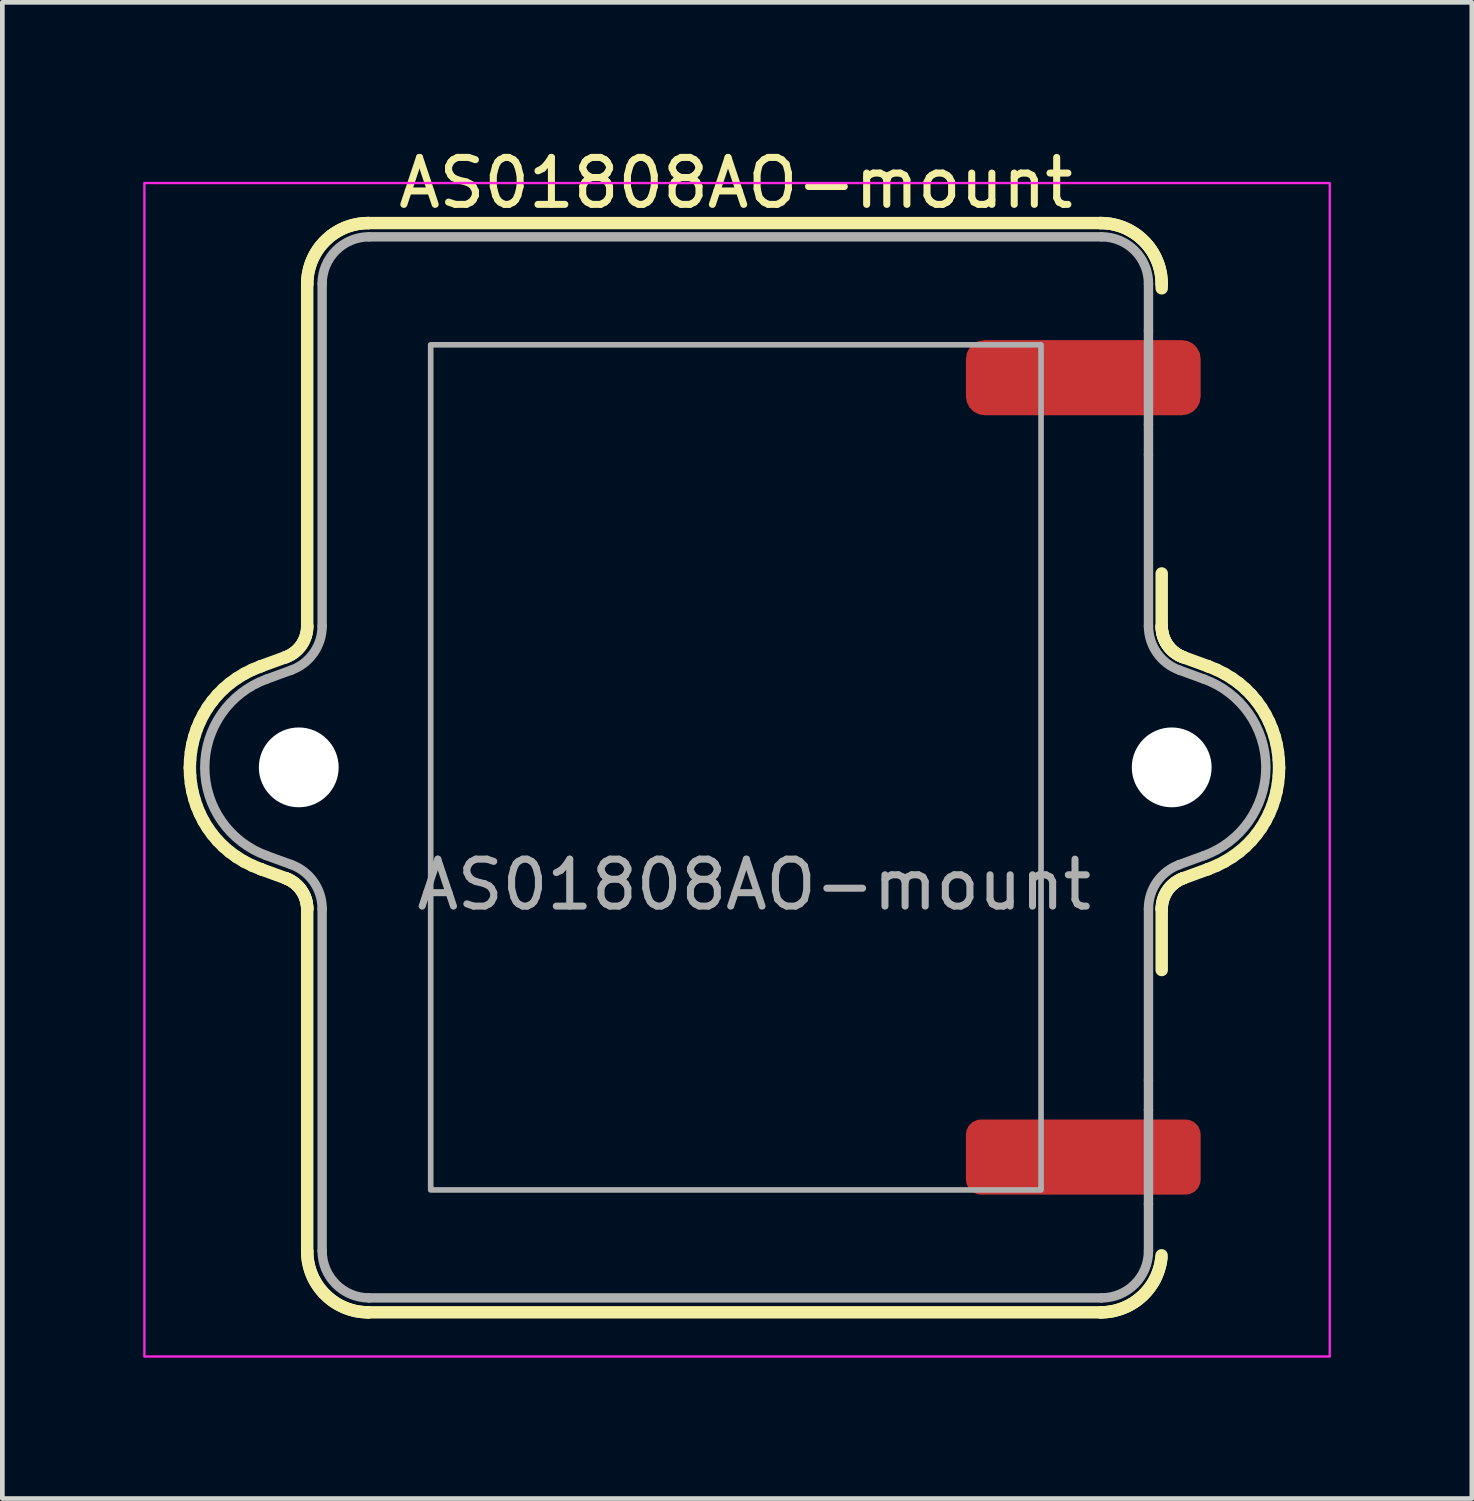
<source format=kicad_pcb>
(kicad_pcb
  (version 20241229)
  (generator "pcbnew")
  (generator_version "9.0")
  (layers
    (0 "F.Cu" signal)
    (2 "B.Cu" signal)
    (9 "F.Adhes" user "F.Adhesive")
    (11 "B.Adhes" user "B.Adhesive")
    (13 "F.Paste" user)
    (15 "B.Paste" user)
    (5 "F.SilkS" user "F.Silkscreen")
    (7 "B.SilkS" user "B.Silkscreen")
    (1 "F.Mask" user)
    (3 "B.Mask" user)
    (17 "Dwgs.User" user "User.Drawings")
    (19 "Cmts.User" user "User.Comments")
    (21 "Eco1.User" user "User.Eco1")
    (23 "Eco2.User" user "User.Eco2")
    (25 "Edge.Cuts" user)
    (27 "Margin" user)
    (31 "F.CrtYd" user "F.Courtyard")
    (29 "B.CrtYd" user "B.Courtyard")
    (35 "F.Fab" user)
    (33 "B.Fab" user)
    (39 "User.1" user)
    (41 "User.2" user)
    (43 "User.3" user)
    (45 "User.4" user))
  (footprint "AS01808AO-mount"
    (layer "F.Cu")
    (at 12.623 13.294)
    (property "Reference" "AS01808AO-mount" (at 0 -12.446 0) (unlocked yes) (layer "F.SilkS") (effects (font (size 1 1) (thickness 0.15))))
    (attr smd)
    (fp_line (start -11.63 0.007) (end -11.624 0.175) (stroke (width 0.265) (type solid)) (layer "F.SilkS"))
    (fp_line (start -11.624 -0.161) (end -11.63 0.007) (stroke (width 0.265) (type solid)) (layer "F.SilkS"))
    (fp_line (start -11.624 0.175) (end -11.606 0.342) (stroke (width 0.265) (type solid)) (layer "F.SilkS"))
    (fp_line (start -11.606 -0.328) (end -11.624 -0.161) (stroke (width 0.265) (type solid)) (layer "F.SilkS"))
    (fp_line (start -11.606 0.342) (end -11.577 0.508) (stroke (width 0.265) (type solid)) (layer "F.SilkS"))
    (fp_line (start -11.577 -0.494) (end -11.606 -0.328) (stroke (width 0.265) (type solid)) (layer "F.SilkS"))
    (fp_line (start -11.577 0.508) (end -11.535 0.671) (stroke (width 0.265) (type solid)) (layer "F.SilkS"))
    (fp_line (start -11.535 -0.658) (end -11.577 -0.494) (stroke (width 0.265) (type solid)) (layer "F.SilkS"))
    (fp_line (start -11.535 0.671) (end -11.482 0.832) (stroke (width 0.265) (type solid)) (layer "F.SilkS"))
    (fp_line (start -11.482 -0.818) (end -11.535 -0.658) (stroke (width 0.265) (type solid)) (layer "F.SilkS"))
    (fp_line (start -11.482 0.832) (end -11.417 0.988) (stroke (width 0.265) (type solid)) (layer "F.SilkS"))
    (fp_line (start -11.417 -0.974) (end -11.482 -0.818) (stroke (width 0.265) (type solid)) (layer "F.SilkS"))
    (fp_line (start -11.417 0.988) (end -11.34 1.14) (stroke (width 0.265) (type solid)) (layer "F.SilkS"))
    (fp_line (start -11.34 -1.126) (end -11.417 -0.974) (stroke (width 0.265) (type solid)) (layer "F.SilkS"))
    (fp_line (start -11.34 1.14) (end -11.252 1.286) (stroke (width 0.265) (type solid)) (layer "F.SilkS"))
    (fp_line (start -11.252 -1.272) (end -11.34 -1.126) (stroke (width 0.265) (type solid)) (layer "F.SilkS"))
    (fp_line (start -11.252 1.286) (end -11.151 1.426) (stroke (width 0.265) (type solid)) (layer "F.SilkS"))
    (fp_line (start -11.151 -1.412) (end -11.252 -1.272) (stroke (width 0.265) (type solid)) (layer "F.SilkS"))
    (fp_line (start -11.151 1.426) (end -11.039 1.56) (stroke (width 0.265) (type solid)) (layer "F.SilkS"))
    (fp_line (start -11.039 -1.546) (end -11.151 -1.412) (stroke (width 0.265) (type solid)) (layer "F.SilkS"))
    (fp_line (start -11.039 1.56) (end -10.915 1.685) (stroke (width 0.265) (type solid)) (layer "F.SilkS"))
    (fp_line (start -10.915 -1.671) (end -11.039 -1.546) (stroke (width 0.265) (type solid)) (layer "F.SilkS"))
    (fp_line (start -10.915 1.685) (end -10.779 1.802) (stroke (width 0.265) (type solid)) (layer "F.SilkS"))
    (fp_line (start -10.779 -1.788) (end -10.915 -1.671) (stroke (width 0.265) (type solid)) (layer "F.SilkS"))
    (fp_line (start -10.779 1.802) (end -10.631 1.909) (stroke (width 0.265) (type solid)) (layer "F.SilkS"))
    (fp_line (start -10.631 -1.895) (end -10.779 -1.788) (stroke (width 0.265) (type solid)) (layer "F.SilkS"))
    (fp_line (start -10.631 1.909) (end -10.471 2.007) (stroke (width 0.265) (type solid)) (layer "F.SilkS"))
    (fp_line (start -10.471 -1.993) (end -10.631 -1.895) (stroke (width 0.265) (type solid)) (layer "F.SilkS"))
    (fp_line (start -10.471 2.007) (end -10.3 2.093) (stroke (width 0.265) (type solid)) (layer "F.SilkS"))
    (fp_line (start -10.3 -2.079) (end -10.471 -1.993) (stroke (width 0.265) (type solid)) (layer "F.SilkS"))
    (fp_line (start -10.3 2.093) (end -10.117 2.168) (stroke (width 0.265) (type solid)) (layer "F.SilkS"))
    (fp_line (start -10.117 -2.154) (end -10.3 -2.079) (stroke (width 0.265) (type solid)) (layer "F.SilkS"))
    (fp_line (start -10.117 -2.154) (end -10.117 -2.154) (stroke (width 0.265) (type solid)) (layer "F.SilkS"))
    (fp_line (start -10.117 2.168) (end -10.117 2.168) (stroke (width 0.265) (type solid)) (layer "F.SilkS"))
    (fp_line (start -10.117 2.168) (end -9.59 2.36) (stroke (width 0.265) (type solid)) (layer "F.SilkS"))
    (fp_line (start -9.59 -2.346) (end -10.117 -2.154) (stroke (width 0.265) (type solid)) (layer "F.SilkS"))
    (fp_line (start -9.59 -2.346) (end -9.59 -2.346) (stroke (width 0.265) (type solid)) (layer "F.SilkS"))
    (fp_line (start -9.59 2.36) (end -9.59 2.36) (stroke (width 0.265) (type solid)) (layer "F.SilkS"))
    (fp_line (start -9.59 2.36) (end -9.565 2.37) (stroke (width 0.265) (type solid)) (layer "F.SilkS"))
    (fp_line (start -9.565 2.37) (end -9.54 2.38) (stroke (width 0.265) (type solid)) (layer "F.SilkS"))
    (fp_line (start -9.54 2.38) (end -9.515 2.392) (stroke (width 0.265) (type solid)) (layer "F.SilkS"))
    (fp_line (start -9.54 -2.367) (end -9.59 -2.346) (stroke (width 0.265) (type solid)) (layer "F.SilkS"))
    (fp_line (start -9.515 2.392) (end -9.491 2.405) (stroke (width 0.265) (type solid)) (layer "F.SilkS"))
    (fp_line (start -9.491 2.405) (end -9.468 2.418) (stroke (width 0.265) (type solid)) (layer "F.SilkS"))
    (fp_line (start -9.491 -2.391) (end -9.54 -2.367) (stroke (width 0.265) (type solid)) (layer "F.SilkS"))
    (fp_line (start -9.468 2.418) (end -9.445 2.433) (stroke (width 0.265) (type solid)) (layer "F.SilkS"))
    (fp_line (start -9.445 2.433) (end -9.423 2.448) (stroke (width 0.265) (type solid)) (layer "F.SilkS"))
    (fp_line (start -9.445 -2.419) (end -9.491 -2.391) (stroke (width 0.265) (type solid)) (layer "F.SilkS"))
    (fp_line (start -9.423 2.448) (end -9.402 2.464) (stroke (width 0.265) (type solid)) (layer "F.SilkS"))
    (fp_line (start -9.402 2.464) (end -9.381 2.48) (stroke (width 0.265) (type solid)) (layer "F.SilkS"))
    (fp_line (start -9.402 -2.45) (end -9.445 -2.419) (stroke (width 0.265) (type solid)) (layer "F.SilkS"))
    (fp_line (start -9.381 2.48) (end -9.361 2.498) (stroke (width 0.265) (type solid)) (layer "F.SilkS"))
    (fp_line (start -9.361 2.498) (end -9.342 2.516) (stroke (width 0.265) (type solid)) (layer "F.SilkS"))
    (fp_line (start -9.361 -2.484) (end -9.402 -2.45) (stroke (width 0.265) (type solid)) (layer "F.SilkS"))
    (fp_line (start -9.342 2.516) (end -9.323 2.534) (stroke (width 0.265) (type solid)) (layer "F.SilkS"))
    (fp_line (start -9.323 2.534) (end -9.305 2.554) (stroke (width 0.265) (type solid)) (layer "F.SilkS"))
    (fp_line (start -9.323 -2.521) (end -9.361 -2.484) (stroke (width 0.265) (type solid)) (layer "F.SilkS"))
    (fp_line (start -9.305 2.554) (end -9.288 2.574) (stroke (width 0.265) (type solid)) (layer "F.SilkS"))
    (fp_line (start -9.288 2.574) (end -9.272 2.595) (stroke (width 0.265) (type solid)) (layer "F.SilkS"))
    (fp_line (start -9.288 -2.56) (end -9.323 -2.521) (stroke (width 0.265) (type solid)) (layer "F.SilkS"))
    (fp_line (start -9.272 2.595) (end -9.257 2.616) (stroke (width 0.265) (type solid)) (layer "F.SilkS"))
    (fp_line (start -9.257 2.616) (end -9.242 2.638) (stroke (width 0.265) (type solid)) (layer "F.SilkS"))
    (fp_line (start -9.256 -2.602) (end -9.288 -2.56) (stroke (width 0.265) (type solid)) (layer "F.SilkS"))
    (fp_line (start -9.242 2.638) (end -9.228 2.66) (stroke (width 0.265) (type solid)) (layer "F.SilkS"))
    (fp_line (start -9.228 2.66) (end -9.215 2.683) (stroke (width 0.265) (type solid)) (layer "F.SilkS"))
    (fp_line (start -9.228 -2.646) (end -9.256 -2.602) (stroke (width 0.265) (type solid)) (layer "F.SilkS"))
    (fp_line (start -9.215 2.683) (end -9.203 2.707) (stroke (width 0.265) (type solid)) (layer "F.SilkS"))
    (fp_line (start -9.203 2.707) (end -9.191 2.73) (stroke (width 0.265) (type solid)) (layer "F.SilkS"))
    (fp_line (start -9.203 -2.693) (end -9.228 -2.646) (stroke (width 0.265) (type solid)) (layer "F.SilkS"))
    (fp_line (start -9.191 2.73) (end -9.181 2.755) (stroke (width 0.265) (type solid)) (layer "F.SilkS"))
    (fp_line (start -9.181 2.755) (end -9.172 2.779) (stroke (width 0.265) (type solid)) (layer "F.SilkS"))
    (fp_line (start -9.181 -2.741) (end -9.203 -2.693) (stroke (width 0.265) (type solid)) (layer "F.SilkS"))
    (fp_line (start -9.172 2.779) (end -9.163 2.805) (stroke (width 0.265) (type solid)) (layer "F.SilkS"))
    (fp_line (start -9.163 2.805) (end -9.155 2.83) (stroke (width 0.265) (type solid)) (layer "F.SilkS"))
    (fp_line (start -9.163 -2.791) (end -9.181 -2.741) (stroke (width 0.265) (type solid)) (layer "F.SilkS"))
    (fp_line (start -9.155 2.83) (end -9.149 2.856) (stroke (width 0.265) (type solid)) (layer "F.SilkS"))
    (fp_line (start -9.149 2.856) (end -9.143 2.882) (stroke (width 0.265) (type solid)) (layer "F.SilkS"))
    (fp_line (start -9.149 -2.842) (end -9.163 -2.791) (stroke (width 0.265) (type solid)) (layer "F.SilkS"))
    (fp_line (start -9.143 2.882) (end -9.138 2.909) (stroke (width 0.265) (type solid)) (layer "F.SilkS"))
    (fp_line (start -9.138 2.909) (end -9.135 2.936) (stroke (width 0.265) (type solid)) (layer "F.SilkS"))
    (fp_line (start -9.138 -2.895) (end -9.149 -2.842) (stroke (width 0.265) (type solid)) (layer "F.SilkS"))
    (fp_line (start -9.135 2.936) (end -9.132 2.963) (stroke (width 0.265) (type solid)) (layer "F.SilkS"))
    (fp_line (start -9.132 2.963) (end -9.13 2.99) (stroke (width 0.265) (type solid)) (layer "F.SilkS"))
    (fp_line (start -9.132 -2.949) (end -9.138 -2.895) (stroke (width 0.265) (type solid)) (layer "F.SilkS"))
    (fp_line (start -9.13 2.99) (end -9.13 3.017) (stroke (width 0.265) (type solid)) (layer "F.SilkS"))
    (fp_line (start -9.13 -10.293) (end -9.13 -10.293) (stroke (width 0.265) (type solid)) (layer "F.SilkS"))
    (fp_line (start -9.13 -10.293) (end -9.13 -3.004) (stroke (width 0.265) (type solid)) (layer "F.SilkS"))
    (fp_line (start -9.13 -3.004) (end -9.132 -2.949) (stroke (width 0.265) (type solid)) (layer "F.SilkS"))
    (fp_line (start -9.13 -3.004) (end -9.13 -3.004) (stroke (width 0.265) (type solid)) (layer "F.SilkS"))
    (fp_line (start -9.13 3.017) (end -9.13 3.017) (stroke (width 0.265) (type solid)) (layer "F.SilkS"))
    (fp_line (start -9.13 3.017) (end -9.13 10.307) (stroke (width 0.265) (type solid)) (layer "F.SilkS"))
    (fp_line (start -9.13 10.307) (end -9.13 10.307) (stroke (width 0.265) (type solid)) (layer "F.SilkS"))
    (fp_line (start -9.13 10.307) (end -9.128 10.374) (stroke (width 0.265) (type solid)) (layer "F.SilkS"))
    (fp_line (start -9.128 -10.36) (end -9.13 -10.293) (stroke (width 0.265) (type solid)) (layer "F.SilkS"))
    (fp_line (start -9.128 10.374) (end -9.123 10.44) (stroke (width 0.265) (type solid)) (layer "F.SilkS"))
    (fp_line (start -9.123 -10.426) (end -9.128 -10.36) (stroke (width 0.265) (type solid)) (layer "F.SilkS"))
    (fp_line (start -9.123 10.44) (end -9.115 10.505) (stroke (width 0.265) (type solid)) (layer "F.SilkS"))
    (fp_line (start -9.115 -10.491) (end -9.123 -10.426) (stroke (width 0.265) (type solid)) (layer "F.SilkS"))
    (fp_line (start -9.115 10.505) (end -9.103 10.569) (stroke (width 0.265) (type solid)) (layer "F.SilkS"))
    (fp_line (start -9.103 -10.555) (end -9.115 -10.491) (stroke (width 0.265) (type solid)) (layer "F.SilkS"))
    (fp_line (start -9.103 10.569) (end -9.089 10.632) (stroke (width 0.265) (type solid)) (layer "F.SilkS"))
    (fp_line (start -9.089 -10.618) (end -9.103 -10.555) (stroke (width 0.265) (type solid)) (layer "F.SilkS"))
    (fp_line (start -9.089 10.632) (end -9.071 10.694) (stroke (width 0.265) (type solid)) (layer "F.SilkS"))
    (fp_line (start -9.071 -10.679) (end -9.089 -10.618) (stroke (width 0.265) (type solid)) (layer "F.SilkS"))
    (fp_line (start -9.071 10.694) (end -9.051 10.754) (stroke (width 0.265) (type solid)) (layer "F.SilkS"))
    (fp_line (start -9.051 -10.74) (end -9.071 -10.679) (stroke (width 0.265) (type solid)) (layer "F.SilkS"))
    (fp_line (start -9.051 10.754) (end -9.028 10.813) (stroke (width 0.265) (type solid)) (layer "F.SilkS"))
    (fp_line (start -9.028 -10.799) (end -9.051 -10.74) (stroke (width 0.265) (type solid)) (layer "F.SilkS"))
    (fp_line (start -9.028 10.813) (end -9.002 10.871) (stroke (width 0.265) (type solid)) (layer "F.SilkS"))
    (fp_line (start -9.002 -10.856) (end -9.028 -10.799) (stroke (width 0.265) (type solid)) (layer "F.SilkS"))
    (fp_line (start -9.002 10.871) (end -8.973 10.927) (stroke (width 0.265) (type solid)) (layer "F.SilkS"))
    (fp_line (start -8.973 -10.913) (end -9.002 -10.856) (stroke (width 0.265) (type solid)) (layer "F.SilkS"))
    (fp_line (start -8.973 10.927) (end -8.942 10.981) (stroke (width 0.265) (type solid)) (layer "F.SilkS"))
    (fp_line (start -8.942 -10.967) (end -8.973 -10.913) (stroke (width 0.265) (type solid)) (layer "F.SilkS"))
    (fp_line (start -8.942 10.981) (end -8.908 11.034) (stroke (width 0.265) (type solid)) (layer "F.SilkS"))
    (fp_line (start -8.908 -11.02) (end -8.942 -10.967) (stroke (width 0.265) (type solid)) (layer "F.SilkS"))
    (fp_line (start -8.908 11.034) (end -8.872 11.085) (stroke (width 0.265) (type solid)) (layer "F.SilkS"))
    (fp_line (start -8.872 -11.071) (end -8.908 -11.02) (stroke (width 0.265) (type solid)) (layer "F.SilkS"))
    (fp_line (start -8.872 11.085) (end -8.833 11.134) (stroke (width 0.265) (type solid)) (layer "F.SilkS"))
    (fp_line (start -8.833 -11.12) (end -8.872 -11.071) (stroke (width 0.265) (type solid)) (layer "F.SilkS"))
    (fp_line (start -8.833 11.134) (end -8.792 11.181) (stroke (width 0.265) (type solid)) (layer "F.SilkS"))
    (fp_line (start -8.792 -11.167) (end -8.833 -11.12) (stroke (width 0.265) (type solid)) (layer "F.SilkS"))
    (fp_line (start -8.792 11.181) (end -8.749 11.226) (stroke (width 0.265) (type solid)) (layer "F.SilkS"))
    (fp_line (start -8.749 -11.212) (end -8.792 -11.167) (stroke (width 0.265) (type solid)) (layer "F.SilkS"))
    (fp_line (start -8.749 11.226) (end -8.704 11.269) (stroke (width 0.265) (type solid)) (layer "F.SilkS"))
    (fp_line (start -8.704 -11.255) (end -8.749 -11.212) (stroke (width 0.265) (type solid)) (layer "F.SilkS"))
    (fp_line (start -8.704 11.269) (end -8.657 11.31) (stroke (width 0.265) (type solid)) (layer "F.SilkS"))
    (fp_line (start -8.657 -11.296) (end -8.704 -11.255) (stroke (width 0.265) (type solid)) (layer "F.SilkS"))
    (fp_line (start -8.657 11.31) (end -8.608 11.349) (stroke (width 0.265) (type solid)) (layer "F.SilkS"))
    (fp_line (start -8.608 -11.335) (end -8.657 -11.296) (stroke (width 0.265) (type solid)) (layer "F.SilkS"))
    (fp_line (start -8.608 11.349) (end -8.557 11.385) (stroke (width 0.265) (type solid)) (layer "F.SilkS"))
    (fp_line (start -8.557 -11.371) (end -8.608 -11.335) (stroke (width 0.265) (type solid)) (layer "F.SilkS"))
    (fp_line (start -8.557 11.385) (end -8.504 11.419) (stroke (width 0.265) (type solid)) (layer "F.SilkS"))
    (fp_line (start -8.504 -11.405) (end -8.557 -11.371) (stroke (width 0.265) (type solid)) (layer "F.SilkS"))
    (fp_line (start -8.504 11.419) (end -8.45 11.45) (stroke (width 0.265) (type solid)) (layer "F.SilkS"))
    (fp_line (start -8.45 -11.436) (end -8.504 -11.405) (stroke (width 0.265) (type solid)) (layer "F.SilkS"))
    (fp_line (start -8.45 11.45) (end -8.393 11.479) (stroke (width 0.265) (type solid)) (layer "F.SilkS"))
    (fp_line (start -8.393 -11.465) (end -8.45 -11.436) (stroke (width 0.265) (type solid)) (layer "F.SilkS"))
    (fp_line (start -8.393 11.479) (end -8.336 11.505) (stroke (width 0.265) (type solid)) (layer "F.SilkS"))
    (fp_line (start -8.336 -11.491) (end -8.393 -11.465) (stroke (width 0.265) (type solid)) (layer "F.SilkS"))
    (fp_line (start -8.336 11.505) (end -8.277 11.528) (stroke (width 0.265) (type solid)) (layer "F.SilkS"))
    (fp_line (start -8.277 -11.514) (end -8.336 -11.491) (stroke (width 0.265) (type solid)) (layer "F.SilkS"))
    (fp_line (start -8.277 11.528) (end -8.216 11.549) (stroke (width 0.265) (type solid)) (layer "F.SilkS"))
    (fp_line (start -8.216 -11.534) (end -8.277 -11.514) (stroke (width 0.265) (type solid)) (layer "F.SilkS"))
    (fp_line (start -8.216 11.549) (end -8.155 11.566) (stroke (width 0.265) (type solid)) (layer "F.SilkS"))
    (fp_line (start -8.155 -11.552) (end -8.216 -11.534) (stroke (width 0.265) (type solid)) (layer "F.SilkS"))
    (fp_line (start -8.155 11.566) (end -8.092 11.581) (stroke (width 0.265) (type solid)) (layer "F.SilkS"))
    (fp_line (start -8.092 -11.566) (end -8.155 -11.552) (stroke (width 0.265) (type solid)) (layer "F.SilkS"))
    (fp_line (start -8.092 11.581) (end -8.028 11.592) (stroke (width 0.265) (type solid)) (layer "F.SilkS"))
    (fp_line (start -8.028 -11.578) (end -8.092 -11.566) (stroke (width 0.265) (type solid)) (layer "F.SilkS"))
    (fp_line (start -8.028 11.592) (end -7.963 11.6) (stroke (width 0.265) (type solid)) (layer "F.SilkS"))
    (fp_line (start -7.963 -11.586) (end -8.028 -11.578) (stroke (width 0.265) (type solid)) (layer "F.SilkS"))
    (fp_line (start -7.963 11.6) (end -7.897 11.605) (stroke (width 0.265) (type solid)) (layer "F.SilkS"))
    (fp_line (start -7.897 -11.591) (end -7.963 -11.586) (stroke (width 0.265) (type solid)) (layer "F.SilkS"))
    (fp_line (start -7.897 11.605) (end -7.83 11.607) (stroke (width 0.265) (type solid)) (layer "F.SilkS"))
    (fp_line (start -7.83 -11.593) (end -7.897 -11.591) (stroke (width 0.265) (type solid)) (layer "F.SilkS"))
    (fp_line (start -7.83 -11.593) (end -7.83 -11.593) (stroke (width 0.265) (type solid)) (layer "F.SilkS"))
    (fp_line (start -7.83 11.607) (end -7.83 11.607) (stroke (width 0.265) (type solid)) (layer "F.SilkS"))
    (fp_line (start -7.83 11.607) (end 7.77 11.607) (stroke (width 0.265) (type solid)) (layer "F.SilkS"))
    (fp_line (start 7.77 -11.593) (end -7.83 -11.593) (stroke (width 0.265) (type solid)) (layer "F.SilkS"))
    (fp_line (start 7.77 -11.593) (end 7.77 -11.593) (stroke (width 0.265) (type solid)) (layer "F.SilkS"))
    (fp_line (start 7.77 11.607) (end 7.77 11.607) (stroke (width 0.265) (type solid)) (layer "F.SilkS"))
    (fp_line (start 7.77 11.607) (end 7.834 11.606) (stroke (width 0.265) (type solid)) (layer "F.SilkS"))
    (fp_line (start 7.834 11.606) (end 7.898 11.601) (stroke (width 0.265) (type solid)) (layer "F.SilkS"))
    (fp_line (start 7.837 -11.591) (end 7.77 -11.593) (stroke (width 0.265) (type solid)) (layer "F.SilkS"))
    (fp_line (start 7.898 11.601) (end 7.96 11.593) (stroke (width 0.265) (type solid)) (layer "F.SilkS"))
    (fp_line (start 7.903 -11.586) (end 7.837 -11.591) (stroke (width 0.265) (type solid)) (layer "F.SilkS"))
    (fp_line (start 7.96 11.593) (end 8.022 11.583) (stroke (width 0.265) (type solid)) (layer "F.SilkS"))
    (fp_line (start 7.968 -11.578) (end 7.903 -11.586) (stroke (width 0.265) (type solid)) (layer "F.SilkS"))
    (fp_line (start 8.022 11.583) (end 8.083 11.569) (stroke (width 0.265) (type solid)) (layer "F.SilkS"))
    (fp_line (start 8.032 -11.566) (end 7.968 -11.578) (stroke (width 0.265) (type solid)) (layer "F.SilkS"))
    (fp_line (start 8.083 11.569) (end 8.142 11.553) (stroke (width 0.265) (type solid)) (layer "F.SilkS"))
    (fp_line (start 8.095 -11.552) (end 8.032 -11.566) (stroke (width 0.265) (type solid)) (layer "F.SilkS"))
    (fp_line (start 8.142 11.553) (end 8.2 11.534) (stroke (width 0.265) (type solid)) (layer "F.SilkS"))
    (fp_line (start 8.157 -11.534) (end 8.095 -11.552) (stroke (width 0.265) (type solid)) (layer "F.SilkS"))
    (fp_line (start 8.2 11.534) (end 8.257 11.513) (stroke (width 0.265) (type solid)) (layer "F.SilkS"))
    (fp_line (start 8.217 -11.514) (end 8.157 -11.534) (stroke (width 0.265) (type solid)) (layer "F.SilkS"))
    (fp_line (start 8.257 11.513) (end 8.313 11.489) (stroke (width 0.265) (type solid)) (layer "F.SilkS"))
    (fp_line (start 8.276 -11.491) (end 8.217 -11.514) (stroke (width 0.265) (type solid)) (layer "F.SilkS"))
    (fp_line (start 8.313 11.489) (end 8.368 11.462) (stroke (width 0.265) (type solid)) (layer "F.SilkS"))
    (fp_line (start 8.334 -11.465) (end 8.276 -11.491) (stroke (width 0.265) (type solid)) (layer "F.SilkS"))
    (fp_line (start 8.368 11.462) (end 8.42 11.433) (stroke (width 0.265) (type solid)) (layer "F.SilkS"))
    (fp_line (start 8.39 -11.436) (end 8.334 -11.465) (stroke (width 0.265) (type solid)) (layer "F.SilkS"))
    (fp_line (start 8.42 11.433) (end 8.472 11.402) (stroke (width 0.265) (type solid)) (layer "F.SilkS"))
    (fp_line (start 8.444 -11.405) (end 8.39 -11.436) (stroke (width 0.265) (type solid)) (layer "F.SilkS"))
    (fp_line (start 8.472 11.402) (end 8.522 11.368) (stroke (width 0.265) (type solid)) (layer "F.SilkS"))
    (fp_line (start 8.497 -11.371) (end 8.444 -11.405) (stroke (width 0.265) (type solid)) (layer "F.SilkS"))
    (fp_line (start 8.522 11.368) (end 8.57 11.332) (stroke (width 0.265) (type solid)) (layer "F.SilkS"))
    (fp_line (start 8.548 -11.335) (end 8.497 -11.371) (stroke (width 0.265) (type solid)) (layer "F.SilkS"))
    (fp_line (start 8.57 11.332) (end 8.616 11.294) (stroke (width 0.265) (type solid)) (layer "F.SilkS"))
    (fp_line (start 8.597 -11.296) (end 8.548 -11.335) (stroke (width 0.265) (type solid)) (layer "F.SilkS"))
    (fp_line (start 8.616 11.294) (end 8.661 11.254) (stroke (width 0.265) (type solid)) (layer "F.SilkS"))
    (fp_line (start 8.644 -11.255) (end 8.597 -11.296) (stroke (width 0.265) (type solid)) (layer "F.SilkS"))
    (fp_line (start 8.661 11.254) (end 8.703 11.212) (stroke (width 0.265) (type solid)) (layer "F.SilkS"))
    (fp_line (start 8.689 -11.212) (end 8.644 -11.255) (stroke (width 0.265) (type solid)) (layer "F.SilkS"))
    (fp_line (start 8.703 11.212) (end 8.744 11.168) (stroke (width 0.265) (type solid)) (layer "F.SilkS"))
    (fp_line (start 8.732 -11.167) (end 8.689 -11.212) (stroke (width 0.265) (type solid)) (layer "F.SilkS"))
    (fp_line (start 8.744 11.168) (end 8.783 11.122) (stroke (width 0.265) (type solid)) (layer "F.SilkS"))
    (fp_line (start 8.773 -11.12) (end 8.732 -11.167) (stroke (width 0.265) (type solid)) (layer "F.SilkS"))
    (fp_line (start 8.783 11.122) (end 8.819 11.075) (stroke (width 0.265) (type solid)) (layer "F.SilkS"))
    (fp_line (start 8.812 -11.071) (end 8.773 -11.12) (stroke (width 0.265) (type solid)) (layer "F.SilkS"))
    (fp_line (start 8.819 11.075) (end 8.854 11.026) (stroke (width 0.265) (type solid)) (layer "F.SilkS"))
    (fp_line (start 8.848 -11.02) (end 8.812 -11.071) (stroke (width 0.265) (type solid)) (layer "F.SilkS"))
    (fp_line (start 8.854 11.026) (end 8.886 10.975) (stroke (width 0.265) (type solid)) (layer "F.SilkS"))
    (fp_line (start 8.882 -10.967) (end 8.848 -11.02) (stroke (width 0.265) (type solid)) (layer "F.SilkS"))
    (fp_line (start 8.886 10.975) (end 8.916 10.922) (stroke (width 0.265) (type solid)) (layer "F.SilkS"))
    (fp_line (start 8.913 -10.913) (end 8.882 -10.967) (stroke (width 0.265) (type solid)) (layer "F.SilkS"))
    (fp_line (start 8.916 10.922) (end 8.943 10.868) (stroke (width 0.265) (type solid)) (layer "F.SilkS"))
    (fp_line (start 8.942 -10.856) (end 8.913 -10.913) (stroke (width 0.265) (type solid)) (layer "F.SilkS"))
    (fp_line (start 8.943 10.868) (end 8.968 10.813) (stroke (width 0.265) (type solid)) (layer "F.SilkS"))
    (fp_line (start 8.968 -10.799) (end 8.942 -10.856) (stroke (width 0.265) (type solid)) (layer "F.SilkS"))
    (fp_line (start 8.968 10.813) (end 8.99 10.757) (stroke (width 0.265) (type solid)) (layer "F.SilkS"))
    (fp_line (start 8.99 10.757) (end 9.01 10.699) (stroke (width 0.265) (type solid)) (layer "F.SilkS"))
    (fp_line (start 8.991 -10.74) (end 8.968 -10.799) (stroke (width 0.265) (type solid)) (layer "F.SilkS"))
    (fp_line (start 9.01 10.699) (end 9.027 10.64) (stroke (width 0.265) (type solid)) (layer "F.SilkS"))
    (fp_line (start 9.012 -10.679) (end 8.991 -10.74) (stroke (width 0.265) (type solid)) (layer "F.SilkS"))
    (fp_line (start 9.027 10.64) (end 9.042 10.579) (stroke (width 0.265) (type solid)) (layer "F.SilkS"))
    (fp_line (start 9.029 -10.618) (end 9.012 -10.679) (stroke (width 0.265) (type solid)) (layer "F.SilkS"))
    (fp_line (start 9.042 10.579) (end 9.053 10.518) (stroke (width 0.265) (type solid)) (layer "F.SilkS"))
    (fp_line (start 9.044 -10.555) (end 9.029 -10.618) (stroke (width 0.265) (type solid)) (layer "F.SilkS"))
    (fp_line (start 9.053 10.518) (end 9.062 10.456) (stroke (width 0.265) (type solid)) (layer "F.SilkS"))
    (fp_line (start 9.055 -10.491) (end 9.044 -10.555) (stroke (width 0.265) (type solid)) (layer "F.SilkS"))
    (fp_line (start 9.062 10.456) (end 9.067 10.393) (stroke (width 0.265) (type solid)) (layer "F.SilkS"))
    (fp_line (start 9.063 -10.426) (end 9.055 -10.491) (stroke (width 0.265) (type solid)) (layer "F.SilkS"))
    (fp_line (start 9.068 -10.36) (end 9.063 -10.426) (stroke (width 0.265) (type solid)) (layer "F.SilkS"))
    (fp_line (start 9.07 -10.293) (end 9.068 -10.36) (stroke (width 0.265) (type solid)) (layer "F.SilkS"))
    (fp_line (start 9.07 -10.293) (end 9.07 -10.293) (stroke (width 0.265) (type solid)) (layer "F.SilkS"))
    (fp_line (start 9.07 -10.204) (end 9.07 -10.293) (stroke (width 0.265) (type solid)) (layer "F.SilkS"))
    (fp_line (start 9.07 -3.004) (end 9.07 -4.13) (stroke (width 0.265) (type solid)) (layer "F.SilkS"))
    (fp_line (start 9.07 -3.004) (end 9.07 -3.004) (stroke (width 0.265) (type solid)) (layer "F.SilkS"))
    (fp_line (start 9.07 3.017) (end 9.07 3.017) (stroke (width 0.265) (type solid)) (layer "F.SilkS"))
    (fp_line (start 9.07 3.017) (end 9.072 2.963) (stroke (width 0.265) (type solid)) (layer "F.SilkS"))
    (fp_line (start 9.07 4.316) (end 9.07 3.017) (stroke (width 0.265) (type solid)) (layer "F.SilkS"))
    (fp_line (start 9.071 -2.976) (end 9.07 -3.004) (stroke (width 0.265) (type solid)) (layer "F.SilkS"))
    (fp_line (start 9.072 -2.949) (end 9.071 -2.976) (stroke (width 0.265) (type solid)) (layer "F.SilkS"))
    (fp_line (start 9.072 2.963) (end 9.079 2.909) (stroke (width 0.265) (type solid)) (layer "F.SilkS"))
    (fp_line (start 9.075 -2.922) (end 9.072 -2.949) (stroke (width 0.265) (type solid)) (layer "F.SilkS"))
    (fp_line (start 9.079 -2.895) (end 9.075 -2.922) (stroke (width 0.265) (type solid)) (layer "F.SilkS"))
    (fp_line (start 9.079 2.909) (end 9.089 2.856) (stroke (width 0.265) (type solid)) (layer "F.SilkS"))
    (fp_line (start 9.083 -2.868) (end 9.079 -2.895) (stroke (width 0.265) (type solid)) (layer "F.SilkS"))
    (fp_line (start 9.089 -2.842) (end 9.083 -2.868) (stroke (width 0.265) (type solid)) (layer "F.SilkS"))
    (fp_line (start 9.089 2.856) (end 9.103 2.805) (stroke (width 0.265) (type solid)) (layer "F.SilkS"))
    (fp_line (start 9.096 -2.816) (end 9.089 -2.842) (stroke (width 0.265) (type solid)) (layer "F.SilkS"))
    (fp_line (start 9.103 -2.791) (end 9.096 -2.816) (stroke (width 0.265) (type solid)) (layer "F.SilkS"))
    (fp_line (start 9.103 2.805) (end 9.121 2.755) (stroke (width 0.265) (type solid)) (layer "F.SilkS"))
    (fp_line (start 9.112 -2.766) (end 9.103 -2.791) (stroke (width 0.265) (type solid)) (layer "F.SilkS"))
    (fp_line (start 9.121 -2.741) (end 9.112 -2.766) (stroke (width 0.265) (type solid)) (layer "F.SilkS"))
    (fp_line (start 9.121 2.755) (end 9.143 2.707) (stroke (width 0.265) (type solid)) (layer "F.SilkS"))
    (fp_line (start 9.132 -2.717) (end 9.121 -2.741) (stroke (width 0.265) (type solid)) (layer "F.SilkS"))
    (fp_line (start 9.143 -2.693) (end 9.132 -2.717) (stroke (width 0.265) (type solid)) (layer "F.SilkS"))
    (fp_line (start 9.143 2.707) (end 9.168 2.66) (stroke (width 0.265) (type solid)) (layer "F.SilkS"))
    (fp_line (start 9.155 -2.669) (end 9.143 -2.693) (stroke (width 0.265) (type solid)) (layer "F.SilkS"))
    (fp_line (start 9.168 -2.646) (end 9.155 -2.669) (stroke (width 0.265) (type solid)) (layer "F.SilkS"))
    (fp_line (start 9.168 2.66) (end 9.197 2.616) (stroke (width 0.265) (type solid)) (layer "F.SilkS"))
    (fp_line (start 9.182 -2.624) (end 9.168 -2.646) (stroke (width 0.265) (type solid)) (layer "F.SilkS"))
    (fp_line (start 9.197 -2.602) (end 9.182 -2.624) (stroke (width 0.265) (type solid)) (layer "F.SilkS"))
    (fp_line (start 9.197 2.616) (end 9.229 2.574) (stroke (width 0.265) (type solid)) (layer "F.SilkS"))
    (fp_line (start 9.212 -2.581) (end 9.197 -2.602) (stroke (width 0.265) (type solid)) (layer "F.SilkS"))
    (fp_line (start 9.229 -2.56) (end 9.212 -2.581) (stroke (width 0.265) (type solid)) (layer "F.SilkS"))
    (fp_line (start 9.229 2.574) (end 9.263 2.534) (stroke (width 0.265) (type solid)) (layer "F.SilkS"))
    (fp_line (start 9.246 -2.54) (end 9.229 -2.56) (stroke (width 0.265) (type solid)) (layer "F.SilkS"))
    (fp_line (start 9.263 -2.521) (end 9.246 -2.54) (stroke (width 0.265) (type solid)) (layer "F.SilkS"))
    (fp_line (start 9.263 2.534) (end 9.301 2.498) (stroke (width 0.265) (type solid)) (layer "F.SilkS"))
    (fp_line (start 9.282 -2.502) (end 9.263 -2.521) (stroke (width 0.265) (type solid)) (layer "F.SilkS"))
    (fp_line (start 9.301 -2.484) (end 9.282 -2.502) (stroke (width 0.265) (type solid)) (layer "F.SilkS"))
    (fp_line (start 9.301 2.498) (end 9.342 2.464) (stroke (width 0.265) (type solid)) (layer "F.SilkS"))
    (fp_line (start 9.321 -2.466) (end 9.301 -2.484) (stroke (width 0.265) (type solid)) (layer "F.SilkS"))
    (fp_line (start 9.342 -2.45) (end 9.321 -2.466) (stroke (width 0.265) (type solid)) (layer "F.SilkS"))
    (fp_line (start 9.342 2.464) (end 9.386 2.433) (stroke (width 0.265) (type solid)) (layer "F.SilkS"))
    (fp_line (start 9.363 -2.434) (end 9.342 -2.45) (stroke (width 0.265) (type solid)) (layer "F.SilkS"))
    (fp_line (start 9.386 -2.419) (end 9.363 -2.434) (stroke (width 0.265) (type solid)) (layer "F.SilkS"))
    (fp_line (start 9.386 2.433) (end 9.432 2.405) (stroke (width 0.265) (type solid)) (layer "F.SilkS"))
    (fp_line (start 9.408 -2.404) (end 9.386 -2.419) (stroke (width 0.265) (type solid)) (layer "F.SilkS"))
    (fp_line (start 9.432 -2.391) (end 9.408 -2.404) (stroke (width 0.265) (type solid)) (layer "F.SilkS"))
    (fp_line (start 9.432 2.405) (end 9.48 2.38) (stroke (width 0.265) (type solid)) (layer "F.SilkS"))
    (fp_line (start 9.455 -2.378) (end 9.432 -2.391) (stroke (width 0.265) (type solid)) (layer "F.SilkS"))
    (fp_line (start 9.48 -2.367) (end 9.455 -2.378) (stroke (width 0.265) (type solid)) (layer "F.SilkS"))
    (fp_line (start 9.48 2.38) (end 9.531 2.36) (stroke (width 0.265) (type solid)) (layer "F.SilkS"))
    (fp_line (start 9.505 -2.356) (end 9.48 -2.367) (stroke (width 0.265) (type solid)) (layer "F.SilkS"))
    (fp_line (start 9.531 -2.346) (end 9.505 -2.356) (stroke (width 0.265) (type solid)) (layer "F.SilkS"))
    (fp_line (start 9.531 -2.346) (end 9.531 -2.346) (stroke (width 0.265) (type solid)) (layer "F.SilkS"))
    (fp_line (start 9.531 2.36) (end 9.531 2.36) (stroke (width 0.265) (type solid)) (layer "F.SilkS"))
    (fp_line (start 9.531 2.36) (end 10.057 2.168) (stroke (width 0.265) (type solid)) (layer "F.SilkS"))
    (fp_line (start 10.057 -2.154) (end 9.531 -2.346) (stroke (width 0.265) (type solid)) (layer "F.SilkS"))
    (fp_line (start 10.057 -2.154) (end 10.057 -2.154) (stroke (width 0.265) (type solid)) (layer "F.SilkS"))
    (fp_line (start 10.057 2.168) (end 10.057 2.168) (stroke (width 0.265) (type solid)) (layer "F.SilkS"))
    (fp_line (start 10.057 2.168) (end 10.24 2.093) (stroke (width 0.265) (type solid)) (layer "F.SilkS"))
    (fp_line (start 10.24 -2.079) (end 10.057 -2.154) (stroke (width 0.265) (type solid)) (layer "F.SilkS"))
    (fp_line (start 10.24 2.093) (end 10.411 2.007) (stroke (width 0.265) (type solid)) (layer "F.SilkS"))
    (fp_line (start 10.411 -1.993) (end 10.24 -2.079) (stroke (width 0.265) (type solid)) (layer "F.SilkS"))
    (fp_line (start 10.411 2.007) (end 10.571 1.909) (stroke (width 0.265) (type solid)) (layer "F.SilkS"))
    (fp_line (start 10.571 -1.895) (end 10.411 -1.993) (stroke (width 0.265) (type solid)) (layer "F.SilkS"))
    (fp_line (start 10.571 1.909) (end 10.719 1.802) (stroke (width 0.265) (type solid)) (layer "F.SilkS"))
    (fp_line (start 10.719 -1.788) (end 10.571 -1.895) (stroke (width 0.265) (type solid)) (layer "F.SilkS"))
    (fp_line (start 10.719 1.802) (end 10.855 1.685) (stroke (width 0.265) (type solid)) (layer "F.SilkS"))
    (fp_line (start 10.855 -1.671) (end 10.719 -1.788) (stroke (width 0.265) (type solid)) (layer "F.SilkS"))
    (fp_line (start 10.855 1.685) (end 10.979 1.56) (stroke (width 0.265) (type solid)) (layer "F.SilkS"))
    (fp_line (start 10.979 -1.546) (end 10.855 -1.671) (stroke (width 0.265) (type solid)) (layer "F.SilkS"))
    (fp_line (start 10.979 1.56) (end 11.091 1.426) (stroke (width 0.265) (type solid)) (layer "F.SilkS"))
    (fp_line (start 11.091 -1.412) (end 10.979 -1.546) (stroke (width 0.265) (type solid)) (layer "F.SilkS"))
    (fp_line (start 11.091 1.426) (end 11.192 1.286) (stroke (width 0.265) (type solid)) (layer "F.SilkS"))
    (fp_line (start 11.192 -1.272) (end 11.091 -1.412) (stroke (width 0.265) (type solid)) (layer "F.SilkS"))
    (fp_line (start 11.192 1.286) (end 11.28 1.14) (stroke (width 0.265) (type solid)) (layer "F.SilkS"))
    (fp_line (start 11.28 -1.126) (end 11.192 -1.272) (stroke (width 0.265) (type solid)) (layer "F.SilkS"))
    (fp_line (start 11.28 1.14) (end 11.357 0.988) (stroke (width 0.265) (type solid)) (layer "F.SilkS"))
    (fp_line (start 11.357 -0.974) (end 11.28 -1.126) (stroke (width 0.265) (type solid)) (layer "F.SilkS"))
    (fp_line (start 11.357 0.988) (end 11.422 0.832) (stroke (width 0.265) (type solid)) (layer "F.SilkS"))
    (fp_line (start 11.422 -0.818) (end 11.357 -0.974) (stroke (width 0.265) (type solid)) (layer "F.SilkS"))
    (fp_line (start 11.422 0.832) (end 11.476 0.671) (stroke (width 0.265) (type solid)) (layer "F.SilkS"))
    (fp_line (start 11.476 -0.658) (end 11.422 -0.818) (stroke (width 0.265) (type solid)) (layer "F.SilkS"))
    (fp_line (start 11.476 0.671) (end 11.517 0.508) (stroke (width 0.265) (type solid)) (layer "F.SilkS"))
    (fp_line (start 11.517 -0.494) (end 11.476 -0.658) (stroke (width 0.265) (type solid)) (layer "F.SilkS"))
    (fp_line (start 11.517 0.508) (end 11.546 0.342) (stroke (width 0.265) (type solid)) (layer "F.SilkS"))
    (fp_line (start 11.546 -0.328) (end 11.517 -0.494) (stroke (width 0.265) (type solid)) (layer "F.SilkS"))
    (fp_line (start 11.546 0.342) (end 11.564 0.175) (stroke (width 0.265) (type solid)) (layer "F.SilkS"))
    (fp_line (start 11.564 -0.161) (end 11.546 -0.328) (stroke (width 0.265) (type solid)) (layer "F.SilkS"))
    (fp_line (start 11.564 0.175) (end 11.57 0.007) (stroke (width 0.265) (type solid)) (layer "F.SilkS"))
    (fp_line (start 11.57 0.007) (end 11.564 -0.161) (stroke (width 0.265) (type solid)) (layer "F.SilkS"))
    (fp_rect (start -12.598 -12.446) (end 12.649 12.548) (stroke (width 0.05) (type solid)) (fill no) (layer "F.CrtYd"))
    (fp_line (start -9.996 1.879) (end -9.47 2.071) (stroke (width 0.2) (type solid)) (layer "F.Fab"))
    (fp_line (start -9.47 -2.071) (end -9.996 -1.879) (stroke (width 0.2) (type solid)) (layer "F.Fab"))
    (fp_line (start -8.812 -3.01) (end -8.812 -10.3) (stroke (width 0.2) (type solid)) (layer "F.Fab"))
    (fp_line (start -8.812 10.3) (end -8.812 3.011) (stroke (width 0.2) (type solid)) (layer "F.Fab"))
    (fp_line (start -7.812 -11.3) (end 7.788 -11.3) (stroke (width 0.2) (type solid)) (layer "F.Fab"))
    (fp_line (start 7.788 11.3) (end -7.812 11.3) (stroke (width 0.2) (type solid)) (layer "F.Fab"))
    (fp_line (start 8.788 -10.3) (end 8.788 -9.3) (stroke (width 0.2) (type solid)) (layer "F.Fab"))
    (fp_line (start 8.788 -7.3) (end 8.788 -9.3) (stroke (width 0.2) (type solid)) (layer "F.Fab"))
    (fp_line (start 8.788 -6.663) (end 8.788 -7.3) (stroke (width 0.2) (type solid)) (layer "F.Fab"))
    (fp_line (start 8.788 -6.663) (end 8.788 -3.01) (stroke (width 0.2) (type solid)) (layer "F.Fab"))
    (fp_line (start 8.788 3.011) (end 8.788 6.663) (stroke (width 0.2) (type solid)) (layer "F.Fab"))
    (fp_line (start 8.788 7.3) (end 8.788 6.663) (stroke (width 0.2) (type solid)) (layer "F.Fab"))
    (fp_line (start 8.788 9.3) (end 8.788 7.3) (stroke (width 0.2) (type solid)) (layer "F.Fab"))
    (fp_line (start 8.788 9.3) (end 8.788 10.3) (stroke (width 0.2) (type solid)) (layer "F.Fab"))
    (fp_line (start 9.446 -2.071) (end 9.972 -1.879) (stroke (width 0.2) (type solid)) (layer "F.Fab"))
    (fp_line (start 9.972 1.879) (end 9.446 2.071) (stroke (width 0.2) (type solid)) (layer "F.Fab"))
    (fp_rect (start -6.5 -9) (end 6.5 9) (stroke (width 0.12) (type solid)) (fill no) (layer "F.Fab"))
    (fp_arc (start -9.995641 1.879385) (mid -11.311627 -0.000005) (end -9.995641 -1.879385) (stroke (width 0.2) (type solid)) (layer "F.Fab"))
    (fp_arc (start -9.46958 2.070855) (mid -8.992444 2.436973) (end -8.8116 3.010548) (stroke (width 0.2) (type solid)) (layer "F.Fab"))
    (fp_arc (start -8.8116 -10.300164) (mid -8.518721 -11.007289) (end -7.8116 -11.300164) (stroke (width 0.2) (type solid)) (layer "F.Fab"))
    (fp_arc (start -8.8116 -3.010373) (mid -8.99248 -2.436876) (end -9.46958 -2.070856) (stroke (width 0.2) (type solid)) (layer "F.Fab"))
    (fp_arc (start -7.8116 11.299836) (mid -8.518741 11.006956) (end -8.8116 10.299836) (stroke (width 0.2) (type solid)) (layer "F.Fab"))
    (fp_arc (start 7.7884 -11.300164) (mid 8.495588 -11.007142) (end 8.7884 -10.299837) (stroke (width 0.2) (type solid)) (layer "F.Fab"))
    (fp_arc (start 8.7884 3.010548) (mid 8.969267 2.436997) (end 9.446379 2.070855) (stroke (width 0.2) (type solid)) (layer "F.Fab"))
    (fp_arc (start 8.7884 10.299836) (mid 8.495493 11.006925) (end 7.7884 11.299836) (stroke (width 0.2) (type solid)) (layer "F.Fab"))
    (fp_arc (start 9.446379 -2.070856) (mid 8.9693 -2.436899) (end 8.7884 -3.010373) (stroke (width 0.2) (type solid)) (layer "F.Fab"))
    (fp_arc (start 9.97244 -1.879386) (mid 11.288374 -0.000005) (end 9.97244 1.879385) (stroke (width 0.2) (type solid)) (layer "F.Fab"))
    (fp_circle (center -9.312 0) (end -8.637 0) (stroke (width 0.2) (type solid)) (fill no) (layer "F.Fab"))
    (fp_circle (center 9.288 0) (end 9.963 0) (stroke (width 0.2) (type solid)) (fill no) (layer "F.Fab"))
    (fp_text user "${REFERENCE}" (at 0.39 2.5 0) (unlocked yes) (layer "F.Fab") (effects (font (size 1 1) (thickness 0.15))))
    (pad "" np_thru_hole circle (at -9.31 -0.000008) (size 1.7 1.7) (drill 1.7) (layers "*.Cu" "*.Mask"))
    (pad "" np_thru_hole circle (at 9.283 -0.000008) (size 1.7 1.7) (drill 1.7) (layers "*.Cu" "*.Mask"))
    (pad "1" smd roundrect (at 7.4 -8.3) (size 5 1.6) (layers "F.Cu" "F.Mask" "F.Paste") (roundrect_rratio 0.25))
    (pad "2" smd roundrect (at 7.4 8.3) (size 5 1.6) (layers "F.Cu" "F.Mask" "F.Paste") (roundrect_rratio 0.2)))
  (gr_rect
    (start -3 -3)
    (end 28.298 28.867)
    (stroke (width 0.1) (type default))
    (fill no)
    (layer "Edge.Cuts")))
</source>
